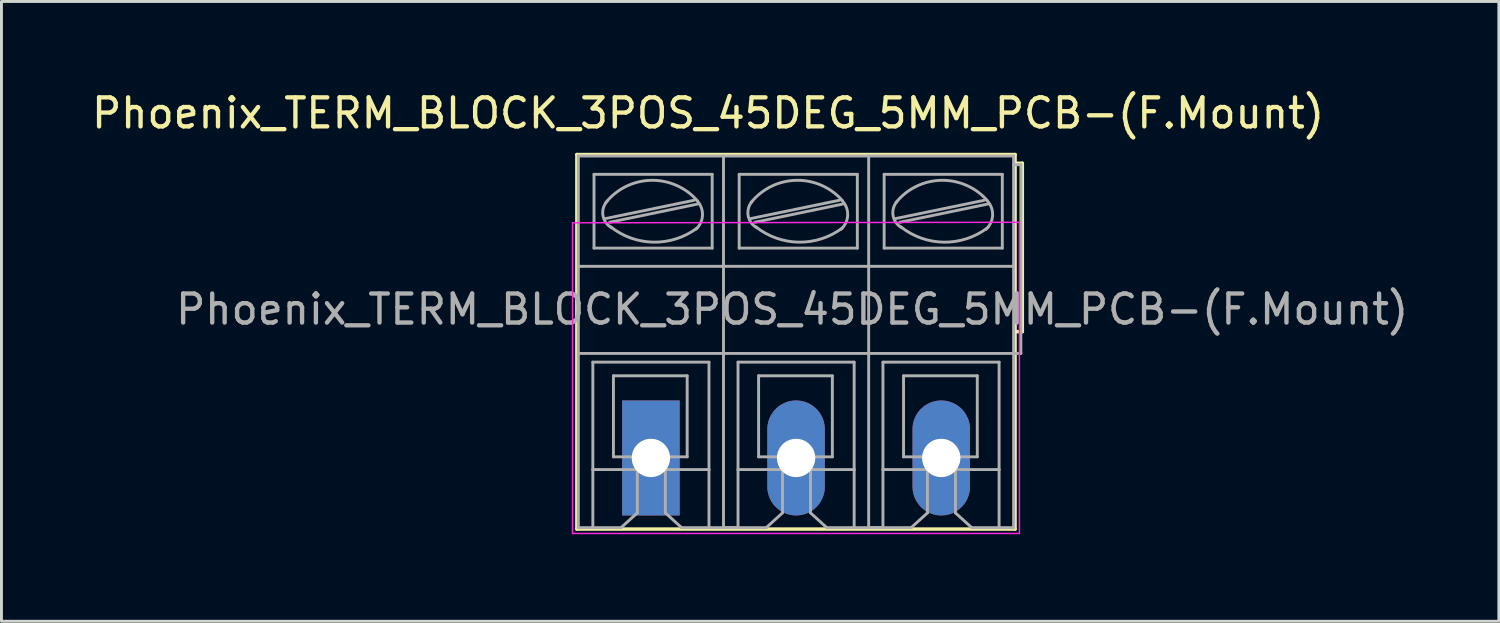
<source format=kicad_pcb>
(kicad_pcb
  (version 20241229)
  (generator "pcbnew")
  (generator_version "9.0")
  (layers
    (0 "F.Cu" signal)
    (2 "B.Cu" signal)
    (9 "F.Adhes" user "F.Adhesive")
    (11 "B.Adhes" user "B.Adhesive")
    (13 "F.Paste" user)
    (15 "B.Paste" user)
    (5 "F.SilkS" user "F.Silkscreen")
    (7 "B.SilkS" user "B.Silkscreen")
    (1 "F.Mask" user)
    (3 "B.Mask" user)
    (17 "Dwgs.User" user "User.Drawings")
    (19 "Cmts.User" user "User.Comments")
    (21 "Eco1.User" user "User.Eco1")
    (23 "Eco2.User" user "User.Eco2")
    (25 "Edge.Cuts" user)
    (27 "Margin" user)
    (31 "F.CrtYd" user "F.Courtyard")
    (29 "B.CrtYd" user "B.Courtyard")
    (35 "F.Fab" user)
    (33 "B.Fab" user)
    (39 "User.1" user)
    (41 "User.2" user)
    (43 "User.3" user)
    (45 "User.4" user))
  (footprint "Phoenix_TERM_BLOCK_3POS_45DEG_5MM_PCB-(F.Mount)"
    (layer "F.Cu")
    (at 24.387 12.735)
    (property "Reference" "Phoenix_TERM_BLOCK_3POS_45DEG_5MM_PCB-(F.Mount)" (at -3.048 -11.887 0) (layer "F.SilkS") (effects (font (size 1 1) (thickness 0.15))))
    (attr through_hole)
    (fp_line (start -7.568 -10.462) (end 7.524 -10.462) (stroke (width 0.12) (type solid)) (layer "F.SilkS"))
    (fp_line (start -7.568 2.438) (end -7.568 -10.462) (stroke (width 0.12) (type solid)) (layer "F.SilkS"))
    (fp_line (start 7.524 -10.462) (end 7.524 -10.162) (stroke (width 0.12) (type solid)) (layer "F.SilkS"))
    (fp_line (start 7.524 -10.162) (end 7.524 -4.362) (stroke (width 0.12) (type solid)) (layer "F.SilkS"))
    (fp_line (start 7.524 -10.162) (end 7.774 -10.162) (stroke (width 0.12) (type solid)) (layer "F.SilkS"))
    (fp_line (start 7.524 -4.362) (end 7.524 2.438) (stroke (width 0.12) (type solid)) (layer "F.SilkS"))
    (fp_line (start 7.524 2.438) (end -7.568 2.438) (stroke (width 0.12) (type solid)) (layer "F.SilkS"))
    (fp_line (start 7.774 -10.162) (end 7.774 -4.362) (stroke (width 0.12) (type solid)) (layer "F.SilkS"))
    (fp_line (start 7.774 -4.362) (end 7.524 -4.362) (stroke (width 0.12) (type solid)) (layer "F.SilkS"))
    (fp_line (start -7.718 -8.112) (end -7.718 2.588) (stroke (width 0.05) (type solid)) (layer "F.CrtYd"))
    (fp_line (start -7.718 -8.112) (end 7.671 -8.128) (stroke (width 0.05) (type solid)) (layer "F.CrtYd"))
    (fp_line (start 7.674 2.588) (end -7.718 2.588) (stroke (width 0.05) (type solid)) (layer "F.CrtYd"))
    (fp_line (start 7.674 2.588) (end 7.674 -8.112) (stroke (width 0.05) (type solid)) (layer "F.CrtYd"))
    (fp_line (start -7.518 -6.612) (end -7.518 -10.412) (stroke (width 0.1) (type solid)) (layer "F.Fab"))
    (fp_line (start -7.518 -3.612) (end -7.518 -6.612) (stroke (width 0.1) (type solid)) (layer "F.Fab"))
    (fp_line (start -7.518 2.388) (end -7.518 -3.612) (stroke (width 0.1) (type solid)) (layer "F.Fab"))
    (fp_line (start -7.518 2.388) (end -7.018 2.388) (stroke (width 0.1) (type solid)) (layer "F.Fab"))
    (fp_line (start -7.018 -3.312) (end -7.018 0.388) (stroke (width 0.1) (type solid)) (layer "F.Fab"))
    (fp_line (start -7.018 0.388) (end -7.018 2.388) (stroke (width 0.1) (type solid)) (layer "F.Fab"))
    (fp_line (start -7.018 2.388) (end -6.045 2.388) (stroke (width 0.1) (type solid)) (layer "F.Fab"))
    (fp_line (start -6.978 -7.24) (end -6.978 -9.78) (stroke (width 0.1) (type solid)) (layer "F.Fab"))
    (fp_line (start -6.568 -8.26) (end -3.518 -8.89) (stroke (width 0.1) (type solid)) (layer "F.Fab"))
    (fp_line (start -6.438 -8.13) (end -3.398 -8.76) (stroke (width 0.1) (type solid)) (layer "F.Fab"))
    (fp_line (start -6.309 -2.841) (end -3.769 -2.841) (stroke (width 0.1) (type solid)) (layer "F.Fab"))
    (fp_line (start -6.309 -0.051) (end -6.309 -2.841) (stroke (width 0.1) (type solid)) (layer "F.Fab"))
    (fp_line (start -6.309 -0.051) (end -3.769 -0.051) (stroke (width 0.1) (type solid)) (layer "F.Fab"))
    (fp_line (start -6.045 2.388) (end -5.486 1.88) (stroke (width 0.1) (type solid)) (layer "F.Fab"))
    (fp_line (start -5.486 1.88) (end -5.486 0.406) (stroke (width 0.1) (type solid)) (layer "F.Fab"))
    (fp_line (start -4.521 1.88) (end -4.521 0.406) (stroke (width 0.1) (type solid)) (layer "F.Fab"))
    (fp_line (start -3.962 2.388) (end -4.521 1.88) (stroke (width 0.1) (type solid)) (layer "F.Fab"))
    (fp_line (start -3.769 -0.051) (end -3.769 -2.841) (stroke (width 0.1) (type solid)) (layer "F.Fab"))
    (fp_line (start -3.018 -3.312) (end -7.018 -3.312) (stroke (width 0.1) (type solid)) (layer "F.Fab"))
    (fp_line (start -3.018 0.388) (end -7.018 0.388) (stroke (width 0.1) (type solid)) (layer "F.Fab"))
    (fp_line (start -3.018 0.388) (end -3.018 -3.312) (stroke (width 0.1) (type solid)) (layer "F.Fab"))
    (fp_line (start -3.018 2.388) (end -3.962 2.388) (stroke (width 0.1) (type solid)) (layer "F.Fab"))
    (fp_line (start -3.018 2.388) (end -3.018 0.388) (stroke (width 0.1) (type solid)) (layer "F.Fab"))
    (fp_line (start -3.018 2.388) (end -2.518 2.388) (stroke (width 0.1) (type solid)) (layer "F.Fab"))
    (fp_line (start -2.908 -9.78) (end -6.978 -9.78) (stroke (width 0.1) (type solid)) (layer "F.Fab"))
    (fp_line (start -2.908 -7.24) (end -6.978 -7.24) (stroke (width 0.1) (type solid)) (layer "F.Fab"))
    (fp_line (start -2.908 -7.24) (end -2.908 -9.78) (stroke (width 0.1) (type solid)) (layer "F.Fab"))
    (fp_line (start -2.518 -10.412) (end -7.518 -10.412) (stroke (width 0.1) (type solid)) (layer "F.Fab"))
    (fp_line (start -2.518 -6.612) (end -7.518 -6.612) (stroke (width 0.1) (type solid)) (layer "F.Fab"))
    (fp_line (start -2.518 -6.612) (end -2.518 -10.412) (stroke (width 0.1) (type solid)) (layer "F.Fab"))
    (fp_line (start -2.518 -3.612) (end -7.518 -3.612) (stroke (width 0.1) (type solid)) (layer "F.Fab"))
    (fp_line (start -2.518 -3.612) (end -2.518 -6.612) (stroke (width 0.1) (type solid)) (layer "F.Fab"))
    (fp_line (start -2.518 2.388) (end -2.518 -3.612) (stroke (width 0.1) (type solid)) (layer "F.Fab"))
    (fp_line (start -2.518 2.388) (end -2.018 2.388) (stroke (width 0.1) (type solid)) (layer "F.Fab"))
    (fp_line (start -2.518 2.388) (end -2.018 2.388) (stroke (width 0.1) (type solid)) (layer "F.Fab"))
    (fp_line (start -2.018 -3.312) (end -2.018 0.388) (stroke (width 0.1) (type solid)) (layer "F.Fab"))
    (fp_line (start -2.018 0.388) (end -2.018 2.388) (stroke (width 0.1) (type solid)) (layer "F.Fab"))
    (fp_line (start -2.018 2.388) (end -1.045 2.388) (stroke (width 0.1) (type solid)) (layer "F.Fab"))
    (fp_line (start -1.978 -7.24) (end -1.978 -9.78) (stroke (width 0.1) (type solid)) (layer "F.Fab"))
    (fp_line (start -1.568 -8.26) (end 1.482 -8.89) (stroke (width 0.1) (type solid)) (layer "F.Fab"))
    (fp_line (start -1.438 -8.13) (end 1.602 -8.76) (stroke (width 0.1) (type solid)) (layer "F.Fab"))
    (fp_line (start -1.309 -2.841) (end 1.231 -2.841) (stroke (width 0.1) (type solid)) (layer "F.Fab"))
    (fp_line (start -1.309 -0.051) (end -1.309 -2.841) (stroke (width 0.1) (type solid)) (layer "F.Fab"))
    (fp_line (start -1.309 -0.051) (end 1.231 -0.051) (stroke (width 0.1) (type solid)) (layer "F.Fab"))
    (fp_line (start -1.045 2.388) (end -0.486 1.88) (stroke (width 0.1) (type solid)) (layer "F.Fab"))
    (fp_line (start -0.486 1.88) (end -0.486 0.406) (stroke (width 0.1) (type solid)) (layer "F.Fab"))
    (fp_line (start 0.479 1.88) (end 0.479 0.406) (stroke (width 0.1) (type solid)) (layer "F.Fab"))
    (fp_line (start 1.038 2.388) (end 0.479 1.88) (stroke (width 0.1) (type solid)) (layer "F.Fab"))
    (fp_line (start 1.231 -0.051) (end 1.231 -2.841) (stroke (width 0.1) (type solid)) (layer "F.Fab"))
    (fp_line (start 1.982 -3.312) (end -2.018 -3.312) (stroke (width 0.1) (type solid)) (layer "F.Fab"))
    (fp_line (start 1.982 0.388) (end -2.018 0.388) (stroke (width 0.1) (type solid)) (layer "F.Fab"))
    (fp_line (start 1.982 0.388) (end 1.982 -3.312) (stroke (width 0.1) (type solid)) (layer "F.Fab"))
    (fp_line (start 1.982 2.388) (end 1.038 2.388) (stroke (width 0.1) (type solid)) (layer "F.Fab"))
    (fp_line (start 1.982 2.388) (end 1.982 0.388) (stroke (width 0.1) (type solid)) (layer "F.Fab"))
    (fp_line (start 1.982 2.388) (end 2.482 2.388) (stroke (width 0.1) (type solid)) (layer "F.Fab"))
    (fp_line (start 2.092 -9.78) (end -1.978 -9.78) (stroke (width 0.1) (type solid)) (layer "F.Fab"))
    (fp_line (start 2.092 -7.24) (end -1.978 -7.24) (stroke (width 0.1) (type solid)) (layer "F.Fab"))
    (fp_line (start 2.092 -7.24) (end 2.092 -9.78) (stroke (width 0.1) (type solid)) (layer "F.Fab"))
    (fp_line (start 2.474 2.388) (end 2.974 2.388) (stroke (width 0.1) (type solid)) (layer "F.Fab"))
    (fp_line (start 2.474 2.388) (end 2.974 2.388) (stroke (width 0.1) (type solid)) (layer "F.Fab"))
    (fp_line (start 2.482 -10.412) (end -2.518 -10.412) (stroke (width 0.1) (type solid)) (layer "F.Fab"))
    (fp_line (start 2.482 -6.612) (end -2.518 -6.612) (stroke (width 0.1) (type solid)) (layer "F.Fab"))
    (fp_line (start 2.482 -6.612) (end 2.482 -10.412) (stroke (width 0.1) (type solid)) (layer "F.Fab"))
    (fp_line (start 2.482 -3.612) (end -2.518 -3.612) (stroke (width 0.1) (type solid)) (layer "F.Fab"))
    (fp_line (start 2.482 -3.612) (end 2.482 -6.612) (stroke (width 0.1) (type solid)) (layer "F.Fab"))
    (fp_line (start 2.482 2.388) (end 2.482 -3.612) (stroke (width 0.1) (type solid)) (layer "F.Fab"))
    (fp_line (start 2.974 -3.312) (end 2.974 0.388) (stroke (width 0.1) (type solid)) (layer "F.Fab"))
    (fp_line (start 2.974 0.388) (end 2.974 2.388) (stroke (width 0.1) (type solid)) (layer "F.Fab"))
    (fp_line (start 2.974 2.388) (end 3.947 2.388) (stroke (width 0.1) (type solid)) (layer "F.Fab"))
    (fp_line (start 3.015 -7.24) (end 3.015 -9.78) (stroke (width 0.1) (type solid)) (layer "F.Fab"))
    (fp_line (start 3.425 -8.26) (end 6.475 -8.89) (stroke (width 0.1) (type solid)) (layer "F.Fab"))
    (fp_line (start 3.555 -8.13) (end 6.595 -8.76) (stroke (width 0.1) (type solid)) (layer "F.Fab"))
    (fp_line (start 3.683 -2.841) (end 6.223 -2.841) (stroke (width 0.1) (type solid)) (layer "F.Fab"))
    (fp_line (start 3.683 -0.051) (end 3.683 -2.841) (stroke (width 0.1) (type solid)) (layer "F.Fab"))
    (fp_line (start 3.683 -0.051) (end 6.223 -0.051) (stroke (width 0.1) (type solid)) (layer "F.Fab"))
    (fp_line (start 3.947 2.388) (end 4.506 1.88) (stroke (width 0.1) (type solid)) (layer "F.Fab"))
    (fp_line (start 4.506 1.88) (end 4.506 0.406) (stroke (width 0.1) (type solid)) (layer "F.Fab"))
    (fp_line (start 5.471 1.88) (end 5.471 0.406) (stroke (width 0.1) (type solid)) (layer "F.Fab"))
    (fp_line (start 6.03 2.388) (end 5.471 1.88) (stroke (width 0.1) (type solid)) (layer "F.Fab"))
    (fp_line (start 6.223 -0.051) (end 6.223 -2.841) (stroke (width 0.1) (type solid)) (layer "F.Fab"))
    (fp_line (start 6.974 -3.312) (end 2.974 -3.312) (stroke (width 0.1) (type solid)) (layer "F.Fab"))
    (fp_line (start 6.974 0.388) (end 2.974 0.388) (stroke (width 0.1) (type solid)) (layer "F.Fab"))
    (fp_line (start 6.974 0.388) (end 6.974 -3.312) (stroke (width 0.1) (type solid)) (layer "F.Fab"))
    (fp_line (start 6.974 2.388) (end 6.03 2.388) (stroke (width 0.1) (type solid)) (layer "F.Fab"))
    (fp_line (start 6.974 2.388) (end 6.974 0.388) (stroke (width 0.1) (type solid)) (layer "F.Fab"))
    (fp_line (start 6.974 2.388) (end 7.474 2.388) (stroke (width 0.1) (type solid)) (layer "F.Fab"))
    (fp_line (start 7.085 -9.78) (end 3.015 -9.78) (stroke (width 0.1) (type solid)) (layer "F.Fab"))
    (fp_line (start 7.085 -7.24) (end 3.015 -7.24) (stroke (width 0.1) (type solid)) (layer "F.Fab"))
    (fp_line (start 7.085 -7.24) (end 7.085 -9.78) (stroke (width 0.1) (type solid)) (layer "F.Fab"))
    (fp_line (start 7.474 -10.412) (end 2.474 -10.412) (stroke (width 0.1) (type solid)) (layer "F.Fab"))
    (fp_line (start 7.474 -6.612) (end 2.474 -6.612) (stroke (width 0.1) (type solid)) (layer "F.Fab"))
    (fp_line (start 7.474 -6.612) (end 7.474 -10.412) (stroke (width 0.1) (type solid)) (layer "F.Fab"))
    (fp_line (start 7.474 -3.612) (end 2.474 -3.612) (stroke (width 0.1) (type solid)) (layer "F.Fab"))
    (fp_line (start 7.474 -3.612) (end 7.474 -6.612) (stroke (width 0.1) (type solid)) (layer "F.Fab"))
    (fp_line (start 7.474 -3.612) (end 7.474 2.388) (stroke (width 0.1) (type solid)) (layer "F.Fab"))
    (fp_line (start 7.724 -10.112) (end 7.474 -10.112) (stroke (width 0.1) (type solid)) (layer "F.Fab"))
    (fp_line (start 7.724 -10.112) (end 7.724 -3.612) (stroke (width 0.1) (type solid)) (layer "F.Fab"))
    (fp_line (start 7.724 -3.612) (end 7.474 -3.612) (stroke (width 0.1) (type solid)) (layer "F.Fab"))
    (fp_arc (start -6.5676 -8.81) (mid -5.007863 -9.574867) (end -3.419361 -8.871686) (stroke (width 0.1) (type solid)) (layer "F.Fab"))
    (fp_arc (start -6.3676 -7.94) (mid -6.669924 -8.361515) (end -6.523026 -8.859005) (stroke (width 0.1) (type solid)) (layer "F.Fab"))
    (fp_arc (start -3.4276 -7.93) (mid -4.927017 -7.444318) (end -6.409933 -7.978263) (stroke (width 0.1) (type solid)) (layer "F.Fab"))
    (fp_arc (start -3.4176 -8.86) (mid -3.241867 -8.361652) (end -3.472068 -7.886005) (stroke (width 0.1) (type solid)) (layer "F.Fab"))
    (fp_arc (start -1.5676 -8.81) (mid -0.007863 -9.574867) (end 1.580639 -8.871686) (stroke (width 0.1) (type solid)) (layer "F.Fab"))
    (fp_arc (start -1.3676 -7.94) (mid -1.669924 -8.361515) (end -1.523026 -8.859005) (stroke (width 0.1) (type solid)) (layer "F.Fab"))
    (fp_arc (start 1.5724 -7.93) (mid 0.072983 -7.444318) (end -1.409933 -7.978263) (stroke (width 0.1) (type solid)) (layer "F.Fab"))
    (fp_arc (start 1.5824 -8.86) (mid 1.758133 -8.361652) (end 1.527932 -7.886005) (stroke (width 0.1) (type solid)) (layer "F.Fab"))
    (fp_arc (start 3.4248 -8.81) (mid 4.984537 -9.574867) (end 6.573039 -8.871686) (stroke (width 0.1) (type solid)) (layer "F.Fab"))
    (fp_arc (start 3.6248 -7.94) (mid 3.322476 -8.361515) (end 3.469374 -8.859005) (stroke (width 0.1) (type solid)) (layer "F.Fab"))
    (fp_arc (start 6.5648 -7.93) (mid 5.065383 -7.444318) (end 3.582467 -7.978263) (stroke (width 0.1) (type solid)) (layer "F.Fab"))
    (fp_arc (start 6.5748 -8.86) (mid 6.750533 -8.361652) (end 6.520332 -7.886005) (stroke (width 0.1) (type solid)) (layer "F.Fab"))
    (fp_text user "${REFERENCE}" (at -0.152 -5.131 0) (layer "F.Fab") (effects (font (size 1 1) (thickness 0.15))))
    (pad "1" thru_hole rect (at -5.018 -0.012) (size 1.98 3.96) (drill 1.32) (layers "*.Cu" "*.Mask" "F.Paste"))
    (pad "2" thru_hole oval (at -0.018 -0.012) (size 1.98 3.96) (drill 1.32) (layers "*.Cu" "*.Mask" "F.Paste"))
    (pad "3" thru_hole oval (at 4.982 -0.012) (size 1.98 3.96) (drill 1.32) (layers "*.Cu" "*.Mask" "F.Paste")))
  (gr_rect
    (start -3 -3)
    (end 48.574 18.348)
    (stroke (width 0.1) (type default))
    (fill no)
    (layer "Edge.Cuts")))
</source>
